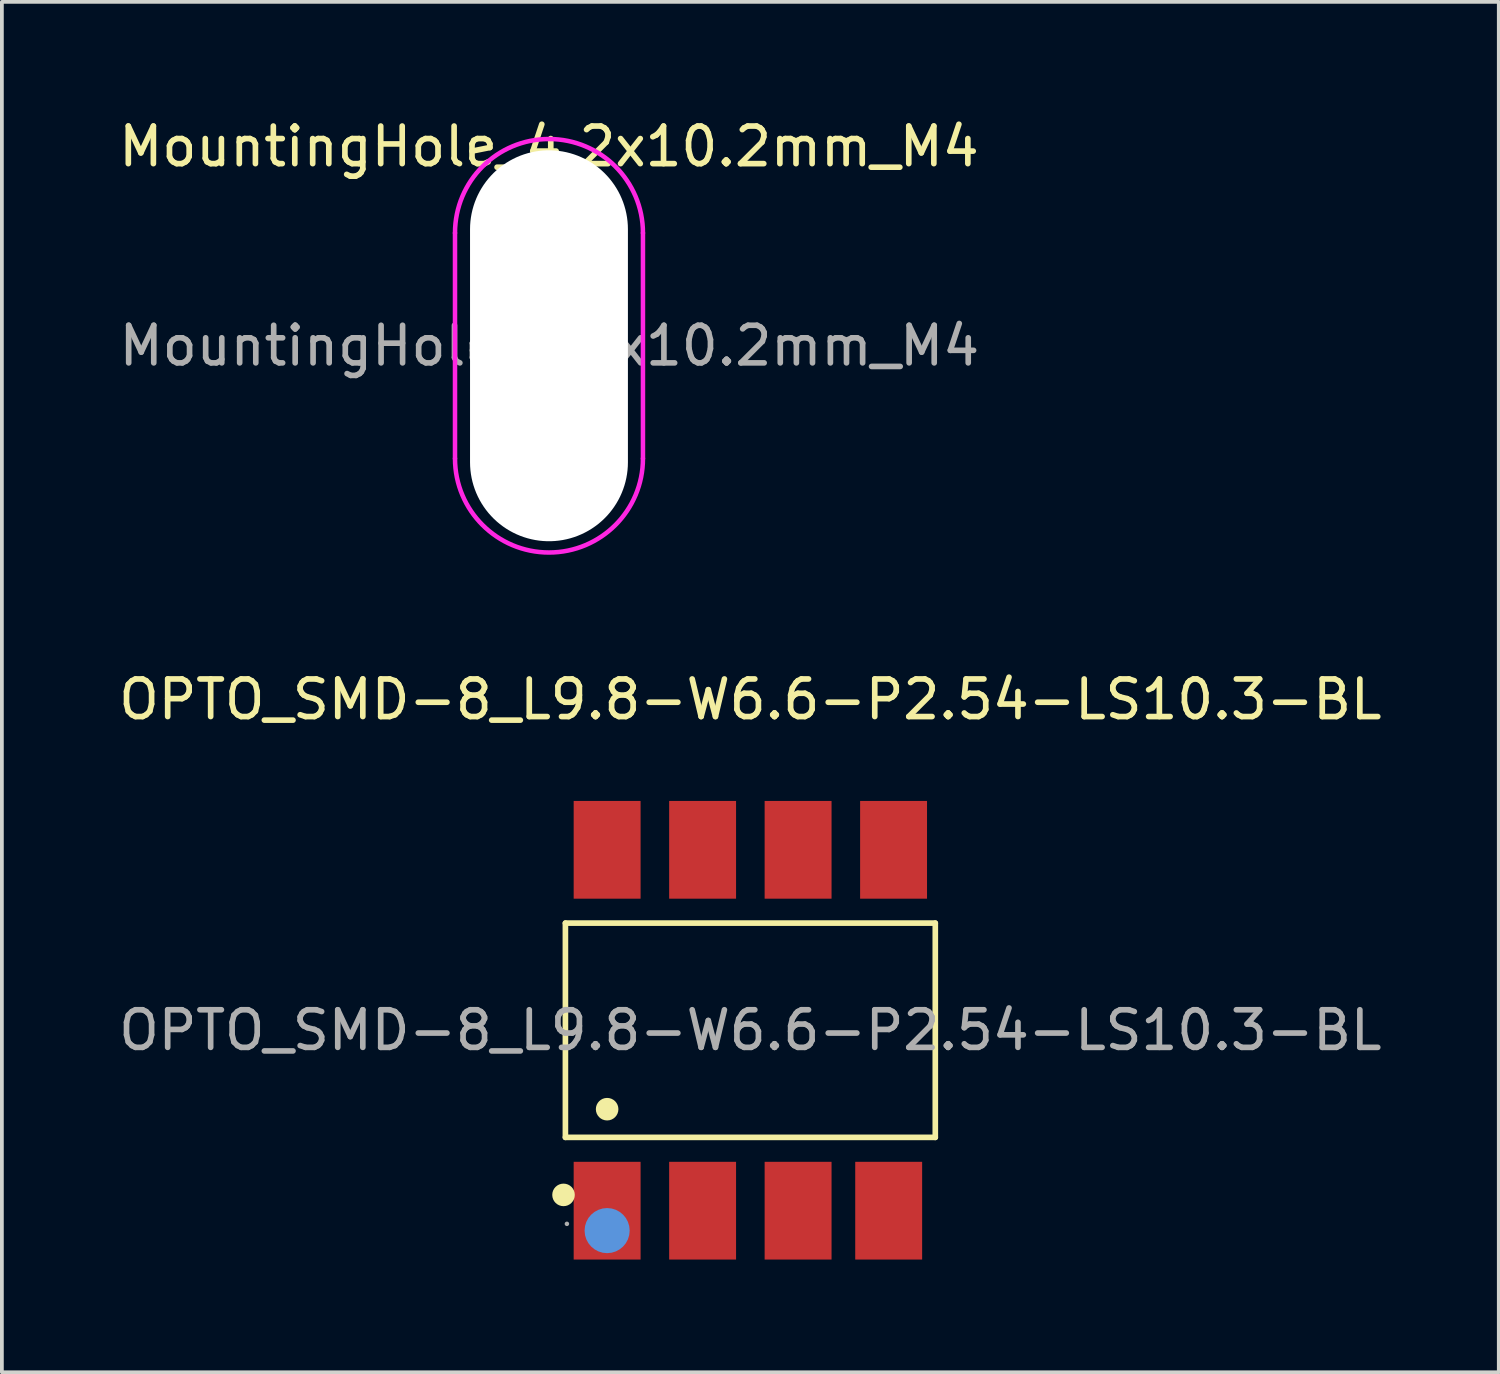
<source format=kicad_pcb>
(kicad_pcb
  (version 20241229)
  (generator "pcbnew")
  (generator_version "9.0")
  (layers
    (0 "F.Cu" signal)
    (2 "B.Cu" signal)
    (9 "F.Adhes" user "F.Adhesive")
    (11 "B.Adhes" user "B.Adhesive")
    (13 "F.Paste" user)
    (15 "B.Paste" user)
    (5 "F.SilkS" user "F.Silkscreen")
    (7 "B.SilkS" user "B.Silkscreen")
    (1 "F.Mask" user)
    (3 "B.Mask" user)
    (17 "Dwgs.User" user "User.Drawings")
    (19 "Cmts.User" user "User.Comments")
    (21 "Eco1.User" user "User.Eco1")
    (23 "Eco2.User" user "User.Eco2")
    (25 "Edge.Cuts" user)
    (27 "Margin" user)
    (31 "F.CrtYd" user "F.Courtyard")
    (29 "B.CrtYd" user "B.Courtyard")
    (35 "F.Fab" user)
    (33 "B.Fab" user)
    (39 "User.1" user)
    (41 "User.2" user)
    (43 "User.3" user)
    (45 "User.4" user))
  (footprint "OPTO_SMD-8_L9.8-W6.6-P2.54-LS10.3-BL"
    (layer "F.Cu")
    (at 16.911 24.357)
    (property "Reference" "OPTO_SMD-8_L9.8-W6.6-P2.54-LS10.3-BL" (at 0 -8.8 0) (layer "F.SilkS") (effects (font (size 1 1) (thickness 0.15))))
    (attr through_hole)
    (fp_line (start -4.92 -2.85) (end 4.92 -2.85) (stroke (width 0.15) (type solid)) (layer "F.SilkS"))
    (fp_line (start -4.92 2.85) (end -4.92 -2.85) (stroke (width 0.15) (type solid)) (layer "F.SilkS"))
    (fp_line (start 4.92 -2.85) (end 4.92 2.85) (stroke (width 0.15) (type solid)) (layer "F.SilkS"))
    (fp_line (start 4.92 2.85) (end -4.92 2.85) (stroke (width 0.15) (type solid)) (layer "F.SilkS"))
    (fp_circle (center -4.97 4.38) (end -4.82 4.38) (stroke (width 0.3) (type solid)) (fill no) (layer "F.SilkS"))
    (fp_circle (center -3.81 2.1) (end -3.66 2.1) (stroke (width 0.3) (type solid)) (fill no) (layer "F.SilkS"))
    (fp_circle (center -3.81 5.33) (end -3.51 5.33) (stroke (width 0.6) (type solid)) (fill no) (layer "Cmts.User"))
    (fp_circle (center -4.88 5.15) (end -4.85 5.15) (stroke (width 0.06) (type solid)) (fill no) (layer "F.Fab"))
    (fp_text user "${REFERENCE}" (at 0 0 0) (layer "F.Fab") (effects (font (size 1 1) (thickness 0.15))))
    (pad "1" smd rect (at -3.81 4.8) (size 1.78 2.6) (layers "F.Cu" "F.Mask" "F.Paste"))
    (pad "2" smd rect (at -1.27 4.8) (size 1.78 2.6) (layers "F.Cu" "F.Mask" "F.Paste"))
    (pad "3" smd rect (at 1.27 4.8) (size 1.78 2.6) (layers "F.Cu" "F.Mask" "F.Paste"))
    (pad "4" smd rect (at 3.68 4.8) (size 1.78 2.6) (layers "F.Cu" "F.Mask" "F.Paste"))
    (pad "5" smd rect (at 3.81 -4.8) (size 1.78 2.6) (layers "F.Cu" "F.Mask" "F.Paste"))
    (pad "6" smd rect (at 1.27 -4.8) (size 1.78 2.6) (layers "F.Cu" "F.Mask" "F.Paste"))
    (pad "7" smd rect (at -1.27 -4.8) (size 1.78 2.6) (layers "F.Cu" "F.Mask" "F.Paste"))
    (pad "8" smd rect (at -3.81 -4.8) (size 1.78 2.6) (layers "F.Cu" "F.Mask" "F.Paste")))
  (footprint "MountingHole_4.2x10.2mm_M4"
    (layer "F.Cu")
    (at 11.554 6.148)
    (property "Reference" "MountingHole_4.2x10.2mm_M4" (at 0 -5.3 0) (layer "F.SilkS") (effects (font (size 1 1) (thickness 0.15))))
    (attr exclude_from_pos_files exclude_from_bom)
    (fp_line (start -2.5 3) (end -2.5 -3) (stroke (width 0.12) (type solid)) (layer "F.CrtYd"))
    (fp_line (start 2.5 3) (end 2.5 -3) (stroke (width 0.12) (type solid)) (layer "F.CrtYd"))
    (fp_arc (start -2.5 -3) (mid 0 -5.5) (end 2.5 -3) (stroke (width 0.12) (type solid)) (layer "F.CrtYd"))
    (fp_arc (start 2.5 3) (mid 0 5.5) (end -2.5 3) (stroke (width 0.12) (type solid)) (layer "F.CrtYd"))
    (fp_text user "${REFERENCE}" (at 0.01 0 0) (layer "F.Fab") (effects (font (size 1 1) (thickness 0.15))))
    (pad "" np_thru_hole oval (at 0 0 90) (size 10.4 4.2) (drill oval 10.4 4.2) (layers "*.Cu" "*.Mask")))
  (gr_rect
    (start -3 -3)
    (end 36.821 33.456)
    (stroke (width 0.1) (type default))
    (fill no)
    (layer "Edge.Cuts")))
</source>
